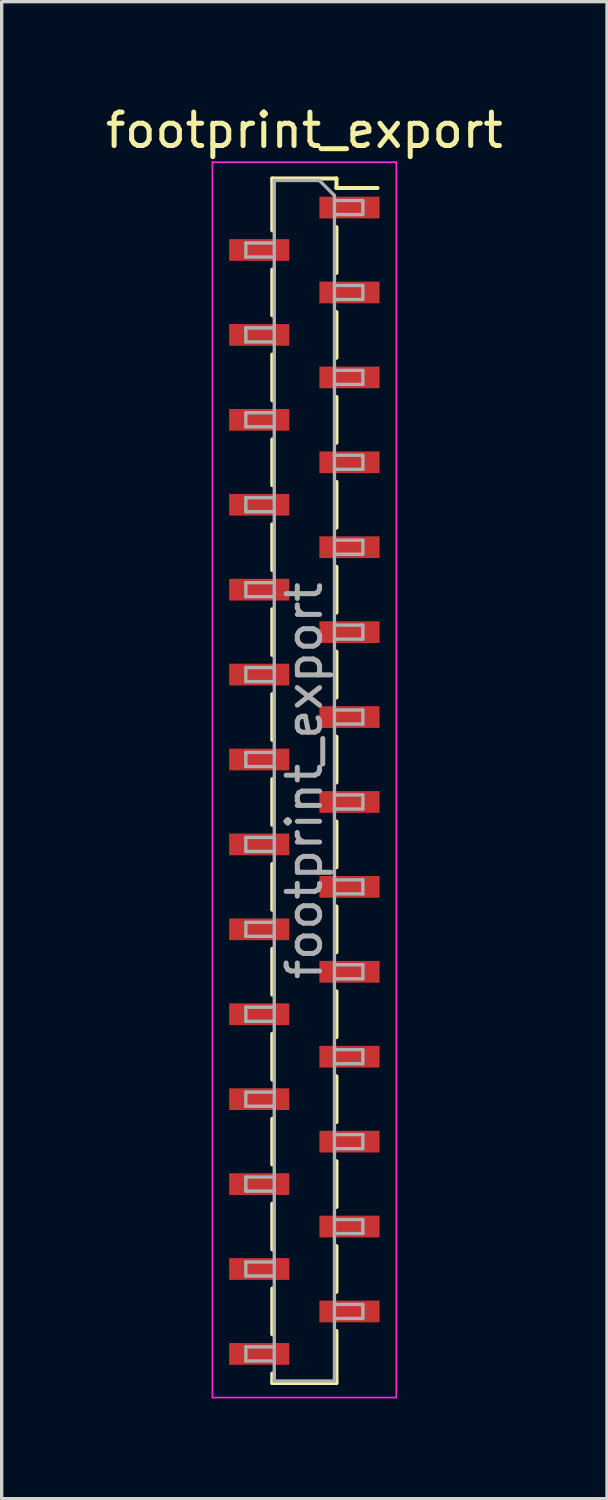
<source format=kicad_pcb>
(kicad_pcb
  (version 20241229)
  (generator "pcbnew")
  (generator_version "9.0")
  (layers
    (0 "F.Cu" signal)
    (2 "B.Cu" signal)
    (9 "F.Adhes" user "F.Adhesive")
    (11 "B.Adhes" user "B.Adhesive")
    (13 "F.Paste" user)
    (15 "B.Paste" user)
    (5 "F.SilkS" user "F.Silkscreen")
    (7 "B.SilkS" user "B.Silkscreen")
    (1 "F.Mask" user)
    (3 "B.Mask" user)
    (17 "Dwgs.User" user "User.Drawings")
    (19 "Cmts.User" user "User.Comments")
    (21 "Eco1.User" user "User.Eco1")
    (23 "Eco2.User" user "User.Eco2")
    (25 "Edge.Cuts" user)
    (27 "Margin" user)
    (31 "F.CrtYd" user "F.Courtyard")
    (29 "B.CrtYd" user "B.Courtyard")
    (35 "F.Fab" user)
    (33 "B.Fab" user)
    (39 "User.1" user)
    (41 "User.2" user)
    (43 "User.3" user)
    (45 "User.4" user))
  (footprint "footprint_export"
    (layer "F.Cu")
    (at 6.054 20.303)
    (property "Reference" "footprint_export" (at 0 -19.455 0) (layer "F.SilkS") (effects (font (size 1 1) (thickness 0.15))))
    (attr smd)
    (fp_line (start -0.96 -18.015) (end -0.96 -16.46) (stroke (width 0.12) (type solid)) (layer "F.SilkS"))
    (fp_line (start -0.96 -18.015) (end 0.96 -18.015) (stroke (width 0.12) (type solid)) (layer "F.SilkS"))
    (fp_line (start -0.96 -15.29) (end -0.96 -13.92) (stroke (width 0.12) (type solid)) (layer "F.SilkS"))
    (fp_line (start -0.96 -12.75) (end -0.96 -11.38) (stroke (width 0.12) (type solid)) (layer "F.SilkS"))
    (fp_line (start -0.96 -10.21) (end -0.96 -8.84) (stroke (width 0.12) (type solid)) (layer "F.SilkS"))
    (fp_line (start -0.96 -7.67) (end -0.96 -6.3) (stroke (width 0.12) (type solid)) (layer "F.SilkS"))
    (fp_line (start -0.96 -5.13) (end -0.96 -3.76) (stroke (width 0.12) (type solid)) (layer "F.SilkS"))
    (fp_line (start -0.96 -2.59) (end -0.96 -1.22) (stroke (width 0.12) (type solid)) (layer "F.SilkS"))
    (fp_line (start -0.96 -0.05) (end -0.96 1.32) (stroke (width 0.12) (type solid)) (layer "F.SilkS"))
    (fp_line (start -0.96 2.49) (end -0.96 3.86) (stroke (width 0.12) (type solid)) (layer "F.SilkS"))
    (fp_line (start -0.96 5.03) (end -0.96 6.4) (stroke (width 0.12) (type solid)) (layer "F.SilkS"))
    (fp_line (start -0.96 7.57) (end -0.96 8.94) (stroke (width 0.12) (type solid)) (layer "F.SilkS"))
    (fp_line (start -0.96 10.11) (end -0.96 11.48) (stroke (width 0.12) (type solid)) (layer "F.SilkS"))
    (fp_line (start -0.96 12.65) (end -0.96 14.02) (stroke (width 0.12) (type solid)) (layer "F.SilkS"))
    (fp_line (start -0.96 15.19) (end -0.96 16.56) (stroke (width 0.12) (type solid)) (layer "F.SilkS"))
    (fp_line (start -0.96 17.73) (end -0.96 18.015) (stroke (width 0.12) (type solid)) (layer "F.SilkS"))
    (fp_line (start -0.96 18.015) (end 0.96 18.015) (stroke (width 0.12) (type solid)) (layer "F.SilkS"))
    (fp_line (start 0.96 -18.015) (end 0.96 -17.73) (stroke (width 0.12) (type solid)) (layer "F.SilkS"))
    (fp_line (start 0.96 -17.73) (end 2.19 -17.73) (stroke (width 0.12) (type solid)) (layer "F.SilkS"))
    (fp_line (start 0.96 -16.56) (end 0.96 -15.19) (stroke (width 0.12) (type solid)) (layer "F.SilkS"))
    (fp_line (start 0.96 -14.02) (end 0.96 -12.65) (stroke (width 0.12) (type solid)) (layer "F.SilkS"))
    (fp_line (start 0.96 -11.48) (end 0.96 -10.11) (stroke (width 0.12) (type solid)) (layer "F.SilkS"))
    (fp_line (start 0.96 -8.94) (end 0.96 -7.57) (stroke (width 0.12) (type solid)) (layer "F.SilkS"))
    (fp_line (start 0.96 -6.4) (end 0.96 -5.03) (stroke (width 0.12) (type solid)) (layer "F.SilkS"))
    (fp_line (start 0.96 -3.86) (end 0.96 -2.49) (stroke (width 0.12) (type solid)) (layer "F.SilkS"))
    (fp_line (start 0.96 -1.32) (end 0.96 0.05) (stroke (width 0.12) (type solid)) (layer "F.SilkS"))
    (fp_line (start 0.96 1.22) (end 0.96 2.59) (stroke (width 0.12) (type solid)) (layer "F.SilkS"))
    (fp_line (start 0.96 3.76) (end 0.96 5.13) (stroke (width 0.12) (type solid)) (layer "F.SilkS"))
    (fp_line (start 0.96 6.3) (end 0.96 7.67) (stroke (width 0.12) (type solid)) (layer "F.SilkS"))
    (fp_line (start 0.96 8.84) (end 0.96 10.21) (stroke (width 0.12) (type solid)) (layer "F.SilkS"))
    (fp_line (start 0.96 11.38) (end 0.96 12.75) (stroke (width 0.12) (type solid)) (layer "F.SilkS"))
    (fp_line (start 0.96 13.92) (end 0.96 15.29) (stroke (width 0.12) (type solid)) (layer "F.SilkS"))
    (fp_line (start 0.96 16.46) (end 0.96 18.015) (stroke (width 0.12) (type solid)) (layer "F.SilkS"))
    (fp_line (start -2.75 -18.5) (end 2.75 -18.5) (stroke (width 0.05) (type solid)) (layer "F.CrtYd"))
    (fp_line (start -2.75 18.45) (end -2.75 -18.5) (stroke (width 0.05) (type solid)) (layer "F.CrtYd"))
    (fp_line (start 2.75 -18.5) (end 2.75 18.45) (stroke (width 0.05) (type solid)) (layer "F.CrtYd"))
    (fp_line (start 2.75 18.45) (end -2.75 18.45) (stroke (width 0.05) (type solid)) (layer "F.CrtYd"))
    (fp_line (start -1.75 -16.085) (end -0.9 -16.085) (stroke (width 0.1) (type solid)) (layer "F.Fab"))
    (fp_line (start -1.75 -15.665) (end -1.75 -16.085) (stroke (width 0.1) (type solid)) (layer "F.Fab"))
    (fp_line (start -1.75 -13.545) (end -0.9 -13.545) (stroke (width 0.1) (type solid)) (layer "F.Fab"))
    (fp_line (start -1.75 -13.125) (end -1.75 -13.545) (stroke (width 0.1) (type solid)) (layer "F.Fab"))
    (fp_line (start -1.75 -11.005) (end -0.9 -11.005) (stroke (width 0.1) (type solid)) (layer "F.Fab"))
    (fp_line (start -1.75 -10.585) (end -1.75 -11.005) (stroke (width 0.1) (type solid)) (layer "F.Fab"))
    (fp_line (start -1.75 -8.465) (end -0.9 -8.465) (stroke (width 0.1) (type solid)) (layer "F.Fab"))
    (fp_line (start -1.75 -8.045) (end -1.75 -8.465) (stroke (width 0.1) (type solid)) (layer "F.Fab"))
    (fp_line (start -1.75 -5.925) (end -0.9 -5.925) (stroke (width 0.1) (type solid)) (layer "F.Fab"))
    (fp_line (start -1.75 -5.505) (end -1.75 -5.925) (stroke (width 0.1) (type solid)) (layer "F.Fab"))
    (fp_line (start -1.75 -3.385) (end -0.9 -3.385) (stroke (width 0.1) (type solid)) (layer "F.Fab"))
    (fp_line (start -1.75 -2.965) (end -1.75 -3.385) (stroke (width 0.1) (type solid)) (layer "F.Fab"))
    (fp_line (start -1.75 -0.845) (end -0.9 -0.845) (stroke (width 0.1) (type solid)) (layer "F.Fab"))
    (fp_line (start -1.75 -0.425) (end -1.75 -0.845) (stroke (width 0.1) (type solid)) (layer "F.Fab"))
    (fp_line (start -1.75 1.695) (end -0.9 1.695) (stroke (width 0.1) (type solid)) (layer "F.Fab"))
    (fp_line (start -1.75 2.115) (end -1.75 1.695) (stroke (width 0.1) (type solid)) (layer "F.Fab"))
    (fp_line (start -1.75 4.235) (end -0.9 4.235) (stroke (width 0.1) (type solid)) (layer "F.Fab"))
    (fp_line (start -1.75 4.655) (end -1.75 4.235) (stroke (width 0.1) (type solid)) (layer "F.Fab"))
    (fp_line (start -1.75 6.775) (end -0.9 6.775) (stroke (width 0.1) (type solid)) (layer "F.Fab"))
    (fp_line (start -1.75 7.195) (end -1.75 6.775) (stroke (width 0.1) (type solid)) (layer "F.Fab"))
    (fp_line (start -1.75 9.315) (end -0.9 9.315) (stroke (width 0.1) (type solid)) (layer "F.Fab"))
    (fp_line (start -1.75 9.735) (end -1.75 9.315) (stroke (width 0.1) (type solid)) (layer "F.Fab"))
    (fp_line (start -1.75 11.855) (end -0.9 11.855) (stroke (width 0.1) (type solid)) (layer "F.Fab"))
    (fp_line (start -1.75 12.275) (end -1.75 11.855) (stroke (width 0.1) (type solid)) (layer "F.Fab"))
    (fp_line (start -1.75 14.395) (end -0.9 14.395) (stroke (width 0.1) (type solid)) (layer "F.Fab"))
    (fp_line (start -1.75 14.815) (end -1.75 14.395) (stroke (width 0.1) (type solid)) (layer "F.Fab"))
    (fp_line (start -1.75 16.935) (end -0.9 16.935) (stroke (width 0.1) (type solid)) (layer "F.Fab"))
    (fp_line (start -1.75 17.355) (end -1.75 16.935) (stroke (width 0.1) (type solid)) (layer "F.Fab"))
    (fp_line (start -0.9 -17.955) (end 0.45 -17.955) (stroke (width 0.1) (type solid)) (layer "F.Fab"))
    (fp_line (start -0.9 -15.665) (end -1.75 -15.665) (stroke (width 0.1) (type solid)) (layer "F.Fab"))
    (fp_line (start -0.9 -13.125) (end -1.75 -13.125) (stroke (width 0.1) (type solid)) (layer "F.Fab"))
    (fp_line (start -0.9 -10.585) (end -1.75 -10.585) (stroke (width 0.1) (type solid)) (layer "F.Fab"))
    (fp_line (start -0.9 -8.045) (end -1.75 -8.045) (stroke (width 0.1) (type solid)) (layer "F.Fab"))
    (fp_line (start -0.9 -5.505) (end -1.75 -5.505) (stroke (width 0.1) (type solid)) (layer "F.Fab"))
    (fp_line (start -0.9 -2.965) (end -1.75 -2.965) (stroke (width 0.1) (type solid)) (layer "F.Fab"))
    (fp_line (start -0.9 -0.425) (end -1.75 -0.425) (stroke (width 0.1) (type solid)) (layer "F.Fab"))
    (fp_line (start -0.9 2.115) (end -1.75 2.115) (stroke (width 0.1) (type solid)) (layer "F.Fab"))
    (fp_line (start -0.9 4.655) (end -1.75 4.655) (stroke (width 0.1) (type solid)) (layer "F.Fab"))
    (fp_line (start -0.9 7.195) (end -1.75 7.195) (stroke (width 0.1) (type solid)) (layer "F.Fab"))
    (fp_line (start -0.9 9.735) (end -1.75 9.735) (stroke (width 0.1) (type solid)) (layer "F.Fab"))
    (fp_line (start -0.9 12.275) (end -1.75 12.275) (stroke (width 0.1) (type solid)) (layer "F.Fab"))
    (fp_line (start -0.9 14.815) (end -1.75 14.815) (stroke (width 0.1) (type solid)) (layer "F.Fab"))
    (fp_line (start -0.9 17.355) (end -1.75 17.355) (stroke (width 0.1) (type solid)) (layer "F.Fab"))
    (fp_line (start -0.9 17.955) (end -0.9 -17.955) (stroke (width 0.1) (type solid)) (layer "F.Fab"))
    (fp_line (start 0.45 -17.955) (end 0.9 -17.505) (stroke (width 0.1) (type solid)) (layer "F.Fab"))
    (fp_line (start 0.9 -17.505) (end 0.9 17.955) (stroke (width 0.1) (type solid)) (layer "F.Fab"))
    (fp_line (start 0.9 -17.355) (end 1.75 -17.355) (stroke (width 0.1) (type solid)) (layer "F.Fab"))
    (fp_line (start 0.9 -14.815) (end 1.75 -14.815) (stroke (width 0.1) (type solid)) (layer "F.Fab"))
    (fp_line (start 0.9 -12.275) (end 1.75 -12.275) (stroke (width 0.1) (type solid)) (layer "F.Fab"))
    (fp_line (start 0.9 -9.735) (end 1.75 -9.735) (stroke (width 0.1) (type solid)) (layer "F.Fab"))
    (fp_line (start 0.9 -7.195) (end 1.75 -7.195) (stroke (width 0.1) (type solid)) (layer "F.Fab"))
    (fp_line (start 0.9 -4.655) (end 1.75 -4.655) (stroke (width 0.1) (type solid)) (layer "F.Fab"))
    (fp_line (start 0.9 -2.115) (end 1.75 -2.115) (stroke (width 0.1) (type solid)) (layer "F.Fab"))
    (fp_line (start 0.9 0.425) (end 1.75 0.425) (stroke (width 0.1) (type solid)) (layer "F.Fab"))
    (fp_line (start 0.9 2.965) (end 1.75 2.965) (stroke (width 0.1) (type solid)) (layer "F.Fab"))
    (fp_line (start 0.9 5.505) (end 1.75 5.505) (stroke (width 0.1) (type solid)) (layer "F.Fab"))
    (fp_line (start 0.9 8.045) (end 1.75 8.045) (stroke (width 0.1) (type solid)) (layer "F.Fab"))
    (fp_line (start 0.9 10.585) (end 1.75 10.585) (stroke (width 0.1) (type solid)) (layer "F.Fab"))
    (fp_line (start 0.9 13.125) (end 1.75 13.125) (stroke (width 0.1) (type solid)) (layer "F.Fab"))
    (fp_line (start 0.9 15.665) (end 1.75 15.665) (stroke (width 0.1) (type solid)) (layer "F.Fab"))
    (fp_line (start 0.9 17.955) (end -0.9 17.955) (stroke (width 0.1) (type solid)) (layer "F.Fab"))
    (fp_line (start 1.75 -17.355) (end 1.75 -16.935) (stroke (width 0.1) (type solid)) (layer "F.Fab"))
    (fp_line (start 1.75 -16.935) (end 0.9 -16.935) (stroke (width 0.1) (type solid)) (layer "F.Fab"))
    (fp_line (start 1.75 -14.815) (end 1.75 -14.395) (stroke (width 0.1) (type solid)) (layer "F.Fab"))
    (fp_line (start 1.75 -14.395) (end 0.9 -14.395) (stroke (width 0.1) (type solid)) (layer "F.Fab"))
    (fp_line (start 1.75 -12.275) (end 1.75 -11.855) (stroke (width 0.1) (type solid)) (layer "F.Fab"))
    (fp_line (start 1.75 -11.855) (end 0.9 -11.855) (stroke (width 0.1) (type solid)) (layer "F.Fab"))
    (fp_line (start 1.75 -9.735) (end 1.75 -9.315) (stroke (width 0.1) (type solid)) (layer "F.Fab"))
    (fp_line (start 1.75 -9.315) (end 0.9 -9.315) (stroke (width 0.1) (type solid)) (layer "F.Fab"))
    (fp_line (start 1.75 -7.195) (end 1.75 -6.775) (stroke (width 0.1) (type solid)) (layer "F.Fab"))
    (fp_line (start 1.75 -6.775) (end 0.9 -6.775) (stroke (width 0.1) (type solid)) (layer "F.Fab"))
    (fp_line (start 1.75 -4.655) (end 1.75 -4.235) (stroke (width 0.1) (type solid)) (layer "F.Fab"))
    (fp_line (start 1.75 -4.235) (end 0.9 -4.235) (stroke (width 0.1) (type solid)) (layer "F.Fab"))
    (fp_line (start 1.75 -2.115) (end 1.75 -1.695) (stroke (width 0.1) (type solid)) (layer "F.Fab"))
    (fp_line (start 1.75 -1.695) (end 0.9 -1.695) (stroke (width 0.1) (type solid)) (layer "F.Fab"))
    (fp_line (start 1.75 0.425) (end 1.75 0.845) (stroke (width 0.1) (type solid)) (layer "F.Fab"))
    (fp_line (start 1.75 0.845) (end 0.9 0.845) (stroke (width 0.1) (type solid)) (layer "F.Fab"))
    (fp_line (start 1.75 2.965) (end 1.75 3.385) (stroke (width 0.1) (type solid)) (layer "F.Fab"))
    (fp_line (start 1.75 3.385) (end 0.9 3.385) (stroke (width 0.1) (type solid)) (layer "F.Fab"))
    (fp_line (start 1.75 5.505) (end 1.75 5.925) (stroke (width 0.1) (type solid)) (layer "F.Fab"))
    (fp_line (start 1.75 5.925) (end 0.9 5.925) (stroke (width 0.1) (type solid)) (layer "F.Fab"))
    (fp_line (start 1.75 8.045) (end 1.75 8.465) (stroke (width 0.1) (type solid)) (layer "F.Fab"))
    (fp_line (start 1.75 8.465) (end 0.9 8.465) (stroke (width 0.1) (type solid)) (layer "F.Fab"))
    (fp_line (start 1.75 10.585) (end 1.75 11.005) (stroke (width 0.1) (type solid)) (layer "F.Fab"))
    (fp_line (start 1.75 11.005) (end 0.9 11.005) (stroke (width 0.1) (type solid)) (layer "F.Fab"))
    (fp_line (start 1.75 13.125) (end 1.75 13.545) (stroke (width 0.1) (type solid)) (layer "F.Fab"))
    (fp_line (start 1.75 13.545) (end 0.9 13.545) (stroke (width 0.1) (type solid)) (layer "F.Fab"))
    (fp_line (start 1.75 15.665) (end 1.75 16.085) (stroke (width 0.1) (type solid)) (layer "F.Fab"))
    (fp_line (start 1.75 16.085) (end 0.9 16.085) (stroke (width 0.1) (type solid)) (layer "F.Fab"))
    (fp_text user "${REFERENCE}" (at 0 0 90) (layer "F.Fab") (effects (font (size 1 1) (thickness 0.15))))
    (pad "1" smd rect (at 1.35 -17.145) (size 1.8 0.65) (layers "F.Cu" "F.Mask" "F.Paste"))
    (pad "2" smd rect (at -1.35 -15.875) (size 1.8 0.65) (layers "F.Cu" "F.Mask" "F.Paste"))
    (pad "3" smd rect (at 1.35 -14.605) (size 1.8 0.65) (layers "F.Cu" "F.Mask" "F.Paste"))
    (pad "4" smd rect (at -1.35 -13.335) (size 1.8 0.65) (layers "F.Cu" "F.Mask" "F.Paste"))
    (pad "5" smd rect (at 1.35 -12.065) (size 1.8 0.65) (layers "F.Cu" "F.Mask" "F.Paste"))
    (pad "6" smd rect (at -1.35 -10.795) (size 1.8 0.65) (layers "F.Cu" "F.Mask" "F.Paste"))
    (pad "7" smd rect (at 1.35 -9.525) (size 1.8 0.65) (layers "F.Cu" "F.Mask" "F.Paste"))
    (pad "8" smd rect (at -1.35 -8.255) (size 1.8 0.65) (layers "F.Cu" "F.Mask" "F.Paste"))
    (pad "9" smd rect (at 1.35 -6.985) (size 1.8 0.65) (layers "F.Cu" "F.Mask" "F.Paste"))
    (pad "10" smd rect (at -1.35 -5.715) (size 1.8 0.65) (layers "F.Cu" "F.Mask" "F.Paste"))
    (pad "11" smd rect (at 1.35 -4.445) (size 1.8 0.65) (layers "F.Cu" "F.Mask" "F.Paste"))
    (pad "12" smd rect (at -1.35 -3.175) (size 1.8 0.65) (layers "F.Cu" "F.Mask" "F.Paste"))
    (pad "13" smd rect (at 1.35 -1.905) (size 1.8 0.65) (layers "F.Cu" "F.Mask" "F.Paste"))
    (pad "14" smd rect (at -1.35 -0.635) (size 1.8 0.65) (layers "F.Cu" "F.Mask" "F.Paste"))
    (pad "15" smd rect (at 1.35 0.635) (size 1.8 0.65) (layers "F.Cu" "F.Mask" "F.Paste"))
    (pad "16" smd rect (at -1.35 1.905) (size 1.8 0.65) (layers "F.Cu" "F.Mask" "F.Paste"))
    (pad "17" smd rect (at 1.35 3.175) (size 1.8 0.65) (layers "F.Cu" "F.Mask" "F.Paste"))
    (pad "18" smd rect (at -1.35 4.445) (size 1.8 0.65) (layers "F.Cu" "F.Mask" "F.Paste"))
    (pad "19" smd rect (at 1.35 5.715) (size 1.8 0.65) (layers "F.Cu" "F.Mask" "F.Paste"))
    (pad "20" smd rect (at -1.35 6.985) (size 1.8 0.65) (layers "F.Cu" "F.Mask" "F.Paste"))
    (pad "21" smd rect (at 1.35 8.255) (size 1.8 0.65) (layers "F.Cu" "F.Mask" "F.Paste"))
    (pad "22" smd rect (at -1.35 9.525) (size 1.8 0.65) (layers "F.Cu" "F.Mask" "F.Paste"))
    (pad "23" smd rect (at 1.35 10.795) (size 1.8 0.65) (layers "F.Cu" "F.Mask" "F.Paste"))
    (pad "24" smd rect (at -1.35 12.065) (size 1.8 0.65) (layers "F.Cu" "F.Mask" "F.Paste"))
    (pad "25" smd rect (at 1.35 13.335) (size 1.8 0.65) (layers "F.Cu" "F.Mask" "F.Paste"))
    (pad "26" smd rect (at -1.35 14.605) (size 1.8 0.65) (layers "F.Cu" "F.Mask" "F.Paste"))
    (pad "27" smd rect (at 1.35 15.875) (size 1.8 0.65) (layers "F.Cu" "F.Mask" "F.Paste"))
    (pad "28" smd rect (at -1.35 17.145) (size 1.8 0.65) (layers "F.Cu" "F.Mask" "F.Paste")))
  (gr_rect
    (start -3 -3)
    (end 15.107 41.778)
    (stroke (width 0.1) (type default))
    (fill no)
    (layer "Edge.Cuts")))
</source>
